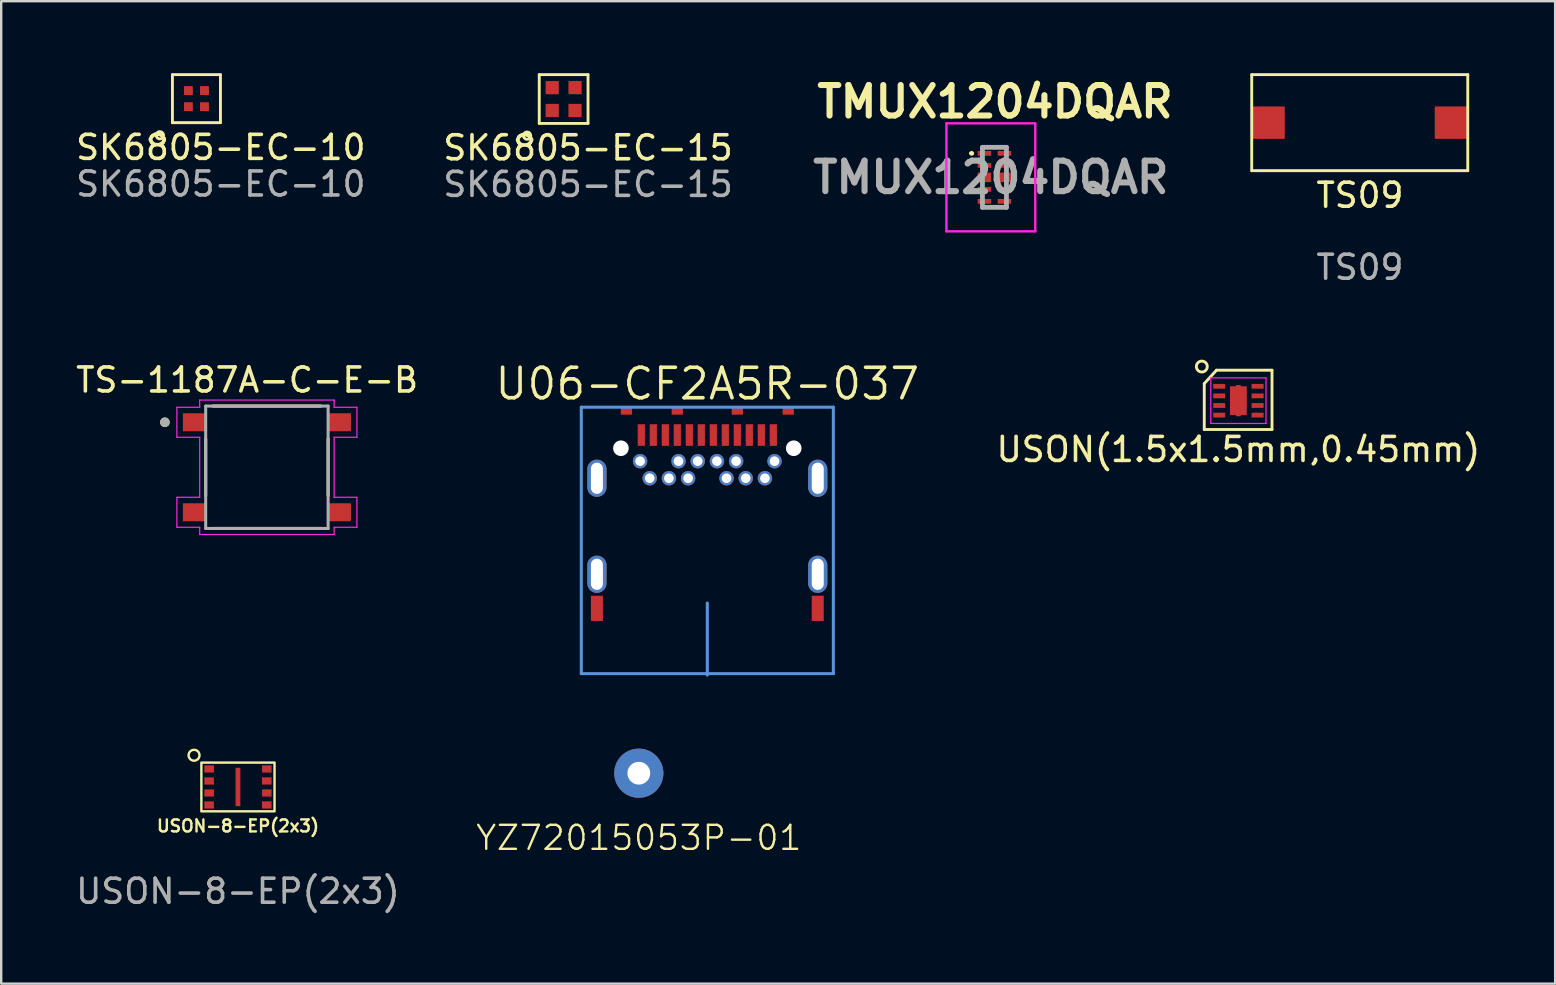
<source format=kicad_pcb>
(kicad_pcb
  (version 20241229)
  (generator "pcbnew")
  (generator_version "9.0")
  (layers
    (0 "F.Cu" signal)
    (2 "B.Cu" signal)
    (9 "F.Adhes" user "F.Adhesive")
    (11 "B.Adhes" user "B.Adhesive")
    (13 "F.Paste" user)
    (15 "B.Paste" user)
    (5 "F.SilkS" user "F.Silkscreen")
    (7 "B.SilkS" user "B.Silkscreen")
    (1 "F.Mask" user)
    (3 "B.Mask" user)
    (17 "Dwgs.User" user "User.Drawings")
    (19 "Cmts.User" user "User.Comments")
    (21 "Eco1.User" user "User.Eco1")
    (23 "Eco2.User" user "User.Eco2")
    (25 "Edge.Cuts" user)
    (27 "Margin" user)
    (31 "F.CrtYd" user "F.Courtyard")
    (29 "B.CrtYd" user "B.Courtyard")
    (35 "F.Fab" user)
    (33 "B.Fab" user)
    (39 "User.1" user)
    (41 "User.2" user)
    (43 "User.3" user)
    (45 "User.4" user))
  (footprint "TMUX1204DQAR"
    (layer "F.Cu")
    (at 38.377 4.338)
    (property "Reference" "TMUX1204DQAR" (at 0.025 -3.15 0) (layer "F.SilkS") (effects (font (size 1.27 1.27) (thickness 0.254))))
    (attr smd)
    (fp_line (start -1 -1) (end -1 -1) (stroke (width 0.1) (type solid)) (layer "F.SilkS"))
    (fp_line (start -0.9 -1) (end -0.9 -1) (stroke (width 0.1) (type solid)) (layer "F.SilkS"))
    (fp_arc (start -1 -1) (mid -0.95 -1.05) (end -0.9 -1) (stroke (width 0.1) (type solid)) (layer "F.SilkS"))
    (fp_arc (start -0.9 -1) (mid -0.95 -0.95) (end -1 -1) (stroke (width 0.1) (type solid)) (layer "F.SilkS"))
    (fp_line (start -2 -2.25) (end 1.7 -2.25) (stroke (width 0.1) (type solid)) (layer "F.CrtYd"))
    (fp_line (start -2 2.25) (end -2 -2.25) (stroke (width 0.1) (type solid)) (layer "F.CrtYd"))
    (fp_line (start 1.7 -2.25) (end 1.7 2.25) (stroke (width 0.1) (type solid)) (layer "F.CrtYd"))
    (fp_line (start 1.7 2.25) (end -2 2.25) (stroke (width 0.1) (type solid)) (layer "F.CrtYd"))
    (fp_line (start -0.5 -1.25) (end 0.5 -1.25) (stroke (width 0.2) (type solid)) (layer "F.Fab"))
    (fp_line (start -0.5 1.25) (end -0.5 -1.25) (stroke (width 0.2) (type solid)) (layer "F.Fab"))
    (fp_line (start 0.5 -1.25) (end 0.5 1.25) (stroke (width 0.2) (type solid)) (layer "F.Fab"))
    (fp_line (start 0.5 1.25) (end -0.5 1.25) (stroke (width 0.2) (type solid)) (layer "F.Fab"))
    (fp_text user "${REFERENCE}" (at -0.15 0 0) (layer "F.Fab") (effects (font (size 1.27 1.27) (thickness 0.254))))
    (pad "1" smd rect (at -0.417 -1 90) (size 0.2 0.565) (layers "F.Cu" "F.Mask" "F.Paste"))
    (pad "2" smd rect (at -0.417 -0.5 90) (size 0.2 0.565) (layers "F.Cu" "F.Mask" "F.Paste"))
    (pad "3" smd rect (at -0.417 0 90) (size 0.4 0.565) (layers "F.Cu" "F.Mask" "F.Paste"))
    (pad "4" smd rect (at -0.417 0.5 90) (size 0.2 0.565) (layers "F.Cu" "F.Mask" "F.Paste"))
    (pad "5" smd rect (at -0.417 1 90) (size 0.2 0.565) (layers "F.Cu" "F.Mask" "F.Paste"))
    (pad "6" smd rect (at 0.417 1 90) (size 0.2 0.565) (layers "F.Cu" "F.Mask" "F.Paste"))
    (pad "7" smd rect (at 0.417 0.5 90) (size 0.2 0.565) (layers "F.Cu" "F.Mask" "F.Paste"))
    (pad "8" smd rect (at 0.417 0 90) (size 0.4 0.565) (layers "F.Cu" "F.Mask" "F.Paste"))
    (pad "9" smd rect (at 0.417 -0.5 90) (size 0.2 0.565) (layers "F.Cu" "F.Mask" "F.Paste"))
    (pad "10" smd rect (at 0.417 -1 90) (size 0.2 0.565) (layers "F.Cu" "F.Mask" "F.Paste")))
  (footprint "TS-1187A-C-E-B"
    (layer "F.Cu")
    (at 8.069 16.416)
    (property "Reference" "TS-1187A-C-E-B" (at -0.825 -3.635 0) (layer "F.SilkS") (effects (font (size 1 1) (thickness 0.15))))
    (attr smd)
    (fp_line (start -2.55 -1.18) (end -2.55 1.18) (stroke (width 0.127) (type solid)) (layer "F.SilkS"))
    (fp_line (start 2.25 -2.55) (end -2.25 -2.55) (stroke (width 0.127) (type solid)) (layer "F.SilkS"))
    (fp_line (start 2.25 2.55) (end -2.25 2.55) (stroke (width 0.127) (type solid)) (layer "F.SilkS"))
    (fp_line (start 2.55 1.18) (end 2.55 -1.18) (stroke (width 0.127) (type solid)) (layer "F.SilkS"))
    (fp_circle (center -4.25 -1.875) (end -4.15 -1.875) (stroke (width 0.2) (type solid)) (fill no) (layer "F.SilkS"))
    (fp_line (start -3.75 -2.5) (end -3.75 -1.25) (stroke (width 0.05) (type solid)) (layer "F.CrtYd"))
    (fp_line (start -3.75 -2.5) (end -2.8 -2.5) (stroke (width 0.05) (type solid)) (layer "F.CrtYd"))
    (fp_line (start -3.75 -1.25) (end -2.8 -1.25) (stroke (width 0.05) (type solid)) (layer "F.CrtYd"))
    (fp_line (start -3.75 1.25) (end -2.8 1.25) (stroke (width 0.05) (type solid)) (layer "F.CrtYd"))
    (fp_line (start -3.75 2.5) (end -3.75 1.25) (stroke (width 0.05) (type solid)) (layer "F.CrtYd"))
    (fp_line (start -3.75 2.5) (end -2.8 2.5) (stroke (width 0.05) (type solid)) (layer "F.CrtYd"))
    (fp_line (start -2.8 -2.8) (end -2.8 -2.5) (stroke (width 0.05) (type solid)) (layer "F.CrtYd"))
    (fp_line (start -2.8 -1.25) (end -2.8 1.25) (stroke (width 0.05) (type solid)) (layer "F.CrtYd"))
    (fp_line (start -2.8 2.8) (end -2.8 2.5) (stroke (width 0.05) (type solid)) (layer "F.CrtYd"))
    (fp_line (start -2.8 2.8) (end 2.8 2.8) (stroke (width 0.05) (type solid)) (layer "F.CrtYd"))
    (fp_line (start 2.8 -2.8) (end -2.8 -2.8) (stroke (width 0.05) (type solid)) (layer "F.CrtYd"))
    (fp_line (start 2.8 -2.8) (end 2.8 -2.5) (stroke (width 0.05) (type solid)) (layer "F.CrtYd"))
    (fp_line (start 2.8 -1.25) (end 2.8 1.25) (stroke (width 0.05) (type solid)) (layer "F.CrtYd"))
    (fp_line (start 2.8 2.8) (end 2.8 2.5) (stroke (width 0.05) (type solid)) (layer "F.CrtYd"))
    (fp_line (start 3.75 -2.5) (end 2.8 -2.5) (stroke (width 0.05) (type solid)) (layer "F.CrtYd"))
    (fp_line (start 3.75 -2.5) (end 3.75 -1.25) (stroke (width 0.05) (type solid)) (layer "F.CrtYd"))
    (fp_line (start 3.75 -1.25) (end 2.8 -1.25) (stroke (width 0.05) (type solid)) (layer "F.CrtYd"))
    (fp_line (start 3.75 1.25) (end 2.8 1.25) (stroke (width 0.05) (type solid)) (layer "F.CrtYd"))
    (fp_line (start 3.75 2.5) (end 2.8 2.5) (stroke (width 0.05) (type solid)) (layer "F.CrtYd"))
    (fp_line (start 3.75 2.5) (end 3.75 1.25) (stroke (width 0.05) (type solid)) (layer "F.CrtYd"))
    (fp_line (start -2.55 -2.55) (end -2.55 2.55) (stroke (width 0.127) (type solid)) (layer "F.Fab"))
    (fp_line (start -2.55 2.55) (end 2.55 2.55) (stroke (width 0.127) (type solid)) (layer "F.Fab"))
    (fp_line (start 2.55 -2.55) (end -2.55 -2.55) (stroke (width 0.127) (type solid)) (layer "F.Fab"))
    (fp_line (start 2.55 2.55) (end 2.55 -2.55) (stroke (width 0.127) (type solid)) (layer "F.Fab"))
    (fp_circle (center -4.25 -1.875) (end -4.15 -1.875) (stroke (width 0.2) (type solid)) (fill no) (layer "F.Fab"))
    (pad "A" smd rect (at -3 -1.875) (size 1 0.75) (layers "F.Cu" "F.Mask" "F.Paste"))
    (pad "B" smd rect (at 3 -1.875) (size 1 0.75) (layers "F.Cu" "F.Mask" "F.Paste"))
    (pad "C" smd rect (at -3 1.875) (size 1 0.75) (layers "F.Cu" "F.Mask" "F.Paste"))
    (pad "D" smd rect (at 3 1.875) (size 1 0.75) (layers "F.Cu" "F.Mask" "F.Paste")))
  (footprint "YZ72015053P-01"
    (layer "F.Cu")
    (at 23.562 29.161)
    (property "Reference" "YZ72015053P-01" (at 0 2.692 0) (unlocked yes) (layer "F.SilkS") (effects (font (size 1 1) (thickness 0.1))))
    (attr smd)
    (pad "1" thru_hole circle (at 0 0) (size 2.05 2.05) (drill 0.95) (layers "*.Cu" "*.Mask" "F.Paste")))
  (footprint "USON-8-EP(2x3)"
    (layer "F.Cu")
    (at 6.863 29.734)
    (property "Reference" "USON-8-EP(2x3)" (at 0 1.626 0) (unlocked yes) (layer "F.SilkS") (effects (font (size 0.5 0.5) (thickness 0.1))))
    (attr smd)
    (fp_rect (start -1.524 -1.016) (end 1.524 1.016) (stroke (width 0.1) (type default)) (fill no) (layer "F.SilkS"))
    (fp_circle (center -1.829 -1.321) (end -1.727 -1.118) (stroke (width 0.1) (type default)) (fill no) (layer "F.SilkS"))
    (fp_text user "${REFERENCE}" (at 0 4.345 0) (unlocked yes) (layer "F.Fab") (effects (font (size 1 1) (thickness 0.15))))
    (pad "1" smd rect (at -1.2 -0.75) (size 0.4 0.3) (layers "F.Cu" "F.Mask" "F.Paste"))
    (pad "2" smd rect (at -1.2 -0.25) (size 0.4 0.3) (layers "F.Cu" "F.Mask" "F.Paste"))
    (pad "3" smd rect (at -1.2 0.25) (size 0.4 0.3) (layers "F.Cu" "F.Mask" "F.Paste"))
    (pad "4" smd rect (at -1.2 0.75) (size 0.4 0.3) (layers "F.Cu" "F.Mask" "F.Paste"))
    (pad "5" smd rect (at 1.2 0.75) (size 0.4 0.3) (layers "F.Cu" "F.Mask" "F.Paste"))
    (pad "6" smd rect (at 1.2 0.25) (size 0.4 0.3) (layers "F.Cu" "F.Mask" "F.Paste"))
    (pad "7" smd rect (at 1.2 -0.25) (size 0.4 0.3) (layers "F.Cu" "F.Mask" "F.Paste"))
    (pad "8" smd rect (at 1.2 -0.75) (size 0.4 0.3) (layers "F.Cu" "F.Mask" "F.Paste"))
    (pad "9" smd rect (at 0 0) (size 0.2 1.6) (property pad_prop_heatsink) (layers "F.Cu" "F.Mask" "F.Paste")))
  (footprint "SK6805-EC-15"
    (layer "F.Cu")
    (at 20.43 1.076)
    (property "Reference" "SK6805-EC-15" (at 1.016 2.032 0) (unlocked yes) (layer "F.SilkS") (effects (font (size 1 1) (thickness 0.15))))
    (attr smd)
    (fp_line (start -1.016 -1.016) (end 1.016 -1.016) (stroke (width 0.12) (type solid)) (layer "F.SilkS"))
    (fp_line (start -1.016 1.016) (end -1.016 -1.016) (stroke (width 0.12) (type solid)) (layer "F.SilkS"))
    (fp_line (start 1.016 -1.016) (end 1.016 1.016) (stroke (width 0.12) (type solid)) (layer "F.SilkS"))
    (fp_line (start 1.016 1.016) (end -1.016 1.016) (stroke (width 0.12) (type solid)) (layer "F.SilkS"))
    (fp_circle (center -1.524 1.524) (end -1.426 1.64) (stroke (width 0.12) (type solid)) (fill no) (layer "F.SilkS"))
    (fp_text user "${REFERENCE}" (at 1.016 3.556 0) (unlocked yes) (layer "F.Fab") (effects (font (size 1 1) (thickness 0.15))))
    (pad "1" smd rect (at -0.475 0.475) (size 0.55 0.55) (layers "F.Cu" "F.Mask" "F.Paste"))
    (pad "2" smd rect (at 0.475 0.475) (size 0.55 0.55) (layers "F.Cu" "F.Mask" "F.Paste"))
    (pad "3" smd rect (at 0.475 -0.475) (size 0.55 0.55) (layers "F.Cu" "F.Mask" "F.Paste"))
    (pad "4" smd rect (at -0.475 -0.475) (size 0.55 0.55) (layers "F.Cu" "F.Mask" "F.Paste")))
  (footprint "TS09"
    (layer "F.Cu")
    (at 53.595 2.06)
    (property "Reference" "TS09" (at 0.008 3.025 0) (unlocked yes) (layer "F.SilkS") (effects (font (size 1 1) (thickness 0.15))))
    (attr smd)
    (fp_line (start -4.5 -2) (end -4.5 2) (stroke (width 0.12) (type solid)) (layer "F.SilkS"))
    (fp_line (start -4.5 -2) (end 4.5 -2) (stroke (width 0.12) (type solid)) (layer "F.SilkS"))
    (fp_line (start -4.5 2) (end 4.5 2) (stroke (width 0.12) (type solid)) (layer "F.SilkS"))
    (fp_line (start 4.5 -2) (end 4.5 2) (stroke (width 0.12) (type solid)) (layer "F.SilkS"))
    (fp_text user "${REFERENCE}" (at 0.008 6.025 0) (unlocked yes) (layer "F.Fab") (effects (font (size 1 1) (thickness 0.15))))
    (pad "1" smd rect (at -3.8 0) (size 1.35 1.35) (layers "F.Cu" "F.Mask" "F.Paste"))
    (pad "2" smd rect (at 3.8 0) (size 1.35 1.35) (layers "F.Cu" "F.Mask" "F.Paste")))
  (footprint "SK6805-EC-10"
    (layer "F.Cu")
    (at 5.133 1.06)
    (property "Reference" "SK6805-EC-10" (at 1.016 2.032 0) (unlocked yes) (layer "F.SilkS") (effects (font (size 1 1) (thickness 0.15))))
    (attr smd)
    (fp_line (start -1 -1) (end 1 -1) (stroke (width 0.12) (type solid)) (layer "F.SilkS"))
    (fp_line (start -1 1) (end -1 -1) (stroke (width 0.12) (type solid)) (layer "F.SilkS"))
    (fp_line (start 1 -1) (end 1 1) (stroke (width 0.12) (type solid)) (layer "F.SilkS"))
    (fp_line (start 1 1) (end -1 1) (stroke (width 0.12) (type solid)) (layer "F.SilkS"))
    (fp_circle (center -1.524 1.524) (end -1.426 1.64) (stroke (width 0.12) (type solid)) (fill no) (layer "F.SilkS"))
    (fp_text user "${REFERENCE}" (at 1.016 3.556 0) (unlocked yes) (layer "F.Fab") (effects (font (size 1 1) (thickness 0.15))))
    (pad "1" smd rect (at -0.335 0.335) (size 0.37 0.37) (layers "F.Cu" "F.Mask" "F.Paste"))
    (pad "2" smd rect (at 0.335 0.335) (size 0.37 0.37) (layers "F.Cu" "F.Mask" "F.Paste"))
    (pad "3" smd rect (at 0.335 -0.335) (size 0.37 0.37) (layers "F.Cu" "F.Mask" "F.Paste"))
    (pad "4" smd rect (at -0.335 -0.335) (size 0.37 0.37) (layers "F.Cu" "F.Mask" "F.Paste")))
  (footprint "U06-CF2A5R-037"
    (layer "F.Cu")
    (at 26.416 15.073)
    (property "Reference" "U06-CF2A5R-037" (at 0 -2.134 180) (layer "F.SilkS") (effects (font (size 1.27 1.27) (thickness 0.15))))
    (fp_line (start -5.25 -1.16) (end -5.25 9.94) (stroke (width 0.127) (type solid)) (layer "Cmts.User"))
    (fp_line (start -5.25 -1.16) (end 5.25 -1.16) (stroke (width 0.127) (type solid)) (layer "Cmts.User"))
    (fp_line (start -5.25 9.94) (end 5.25 9.94) (stroke (width 0.127) (type solid)) (layer "Cmts.User"))
    (fp_line (start 0 7) (end 0 10) (stroke (width 0.127) (type solid)) (layer "Cmts.User"))
    (fp_line (start 5.25 -1.16) (end 5.25 9.94) (stroke (width 0.127) (type solid)) (layer "Cmts.User"))
    (pad "" np_thru_hole circle (at -3.6 0.55) (size 0.65 0.65) (drill 0.65) (layers "*.Cu" "*.Mask"))
    (pad "" np_thru_hole circle (at 3.6 0.55) (size 0.65 0.65) (drill 0.65) (layers "*.Cu" "*.Mask"))
    (pad "A1" smd rect (at -2.75 0) (size 0.3 0.9) (layers "F.Cu" "F.Mask" "F.Paste"))
    (pad "A2" smd rect (at -2.25 0) (size 0.3 0.9) (layers "F.Cu" "F.Mask" "F.Paste"))
    (pad "A3" smd rect (at -1.75 0) (size 0.3 0.9) (layers "F.Cu" "F.Mask" "F.Paste"))
    (pad "A4" smd rect (at -1.25 0) (size 0.3 0.9) (layers "F.Cu" "F.Mask" "F.Paste"))
    (pad "A5" smd rect (at -0.75 0) (size 0.3 0.9) (layers "F.Cu" "F.Mask" "F.Paste"))
    (pad "A6" smd rect (at -0.25 0) (size 0.3 0.9) (layers "F.Cu" "F.Mask" "F.Paste"))
    (pad "A7" smd rect (at 0.25 0) (size 0.3 0.9) (layers "F.Cu" "F.Mask" "F.Paste"))
    (pad "A8" smd rect (at 0.75 0) (size 0.3 0.9) (layers "F.Cu" "F.Mask" "F.Paste"))
    (pad "A9" smd rect (at 1.25 0) (size 0.3 0.9) (layers "F.Cu" "F.Mask" "F.Paste"))
    (pad "A10" smd rect (at 1.75 0) (size 0.3 0.9) (layers "F.Cu" "F.Mask" "F.Paste"))
    (pad "A11" smd rect (at 2.25 0) (size 0.3 0.9) (layers "F.Cu" "F.Mask" "F.Paste"))
    (pad "A12" smd rect (at 2.75 0) (size 0.3 0.9) (layers "F.Cu" "F.Mask" "F.Paste"))
    (pad "B1" thru_hole circle (at 2.8 1.09) (size 0.6 0.6) (drill 0.4) (layers "*.Cu" "*.Mask"))
    (pad "B2" thru_hole circle (at 2.4 1.8) (size 0.6 0.6) (drill 0.4) (layers "*.Cu" "*.Mask"))
    (pad "B3" thru_hole circle (at 1.6 1.8) (size 0.6 0.6) (drill 0.4) (layers "*.Cu" "*.Mask"))
    (pad "B4" thru_hole circle (at 1.2 1.09) (size 0.6 0.6) (drill 0.4) (layers "*.Cu" "*.Mask"))
    (pad "B5" thru_hole circle (at 0.8 1.8) (size 0.6 0.6) (drill 0.4) (layers "*.Cu" "*.Mask"))
    (pad "B6" thru_hole circle (at 0.4 1.09) (size 0.6 0.6) (drill 0.4) (layers "*.Cu" "*.Mask"))
    (pad "B7" thru_hole circle (at -0.4 1.09) (size 0.6 0.6) (drill 0.4) (layers "*.Cu" "*.Mask"))
    (pad "B8" thru_hole circle (at -0.8 1.8) (size 0.6 0.6) (drill 0.4) (layers "*.Cu" "*.Mask"))
    (pad "B9" thru_hole circle (at -1.2 1.09) (size 0.6 0.6) (drill 0.4) (layers "*.Cu" "*.Mask"))
    (pad "B10" thru_hole circle (at -1.6 1.8) (size 0.6 0.6) (drill 0.4) (layers "*.Cu" "*.Mask"))
    (pad "B11" thru_hole circle (at -2.4 1.8) (size 0.6 0.6) (drill 0.4) (layers "*.Cu" "*.Mask"))
    (pad "B12" thru_hole circle (at -2.8 1.09) (size 0.6 0.6) (drill 0.4) (layers "*.Cu" "*.Mask"))
    (pad "S1" thru_hole oval (at -4.6 1.8) (size 0.8 1.55) (drill oval 0.5 1.3) (layers "*.Cu" "*.Mask"))
    (pad "S1" thru_hole oval (at -4.6 5.8) (size 0.8 1.55) (drill oval 0.5 1.3) (layers "*.Cu" "*.Mask"))
    (pad "S1" smd rect (at -4.6 7.22) (size 0.5 1.05) (layers "F.Cu" "F.Mask" "F.Paste"))
    (pad "S1" smd rect (at -3.37 -1) (size 0.47 0.3) (layers "F.Cu" "F.Mask" "F.Paste"))
    (pad "S1" smd rect (at -1.25 -1) (size 0.47 0.3) (layers "F.Cu" "F.Mask" "F.Paste"))
    (pad "S1" smd rect (at 1.25 -1) (size 0.47 0.3) (layers "F.Cu" "F.Mask" "F.Paste"))
    (pad "S1" smd rect (at 3.37 -1) (size 0.47 0.3) (layers "F.Cu" "F.Mask" "F.Paste"))
    (pad "S1" thru_hole oval (at 4.6 1.8) (size 0.8 1.55) (drill oval 0.5 1.3) (layers "*.Cu" "*.Mask"))
    (pad "S1" thru_hole oval (at 4.6 5.8) (size 0.8 1.55) (drill oval 0.5 1.3) (layers "*.Cu" "*.Mask"))
    (pad "S1" smd rect (at 4.6 7.22) (size 0.5 1.05) (layers "F.Cu" "F.Mask" "F.Paste")))
  (footprint "USON(1.5x1.5mm,0.45mm)"
    (layer "F.Cu")
    (at 48.54 13.642)
    (property "Reference" "USON(1.5x1.5mm,0.45mm)" (at 0 2.032 180) (layer "F.SilkS") (effects (font (size 1 1) (thickness 0.15))))
    (attr smd)
    (fp_line (start -1.422 -0.711) (end -0.914 -1.27) (stroke (width 0.12) (type default)) (layer "F.SilkS"))
    (fp_line (start -1.422 1.2) (end -1.422 -0.711) (stroke (width 0.12) (type default)) (layer "F.SilkS"))
    (fp_line (start -0.914 -1.27) (end 1.4 -1.27) (stroke (width 0.12) (type default)) (layer "F.SilkS"))
    (fp_line (start 1.4 -1.27) (end 1.4 1.2) (stroke (width 0.12) (type default)) (layer "F.SilkS"))
    (fp_line (start 1.4 1.2) (end -1.422 1.2) (stroke (width 0.12) (type default)) (layer "F.SilkS"))
    (fp_circle (center -1.524 -1.422) (end -1.297 -1.422) (stroke (width 0.12) (type default)) (fill no) (layer "F.SilkS"))
    (fp_line (start -1.15 -0.95) (end 1.15 -0.95) (stroke (width 0.05) (type default)) (layer "F.CrtYd"))
    (fp_line (start -1.15 0.95) (end -1.15 -0.95) (stroke (width 0.05) (type default)) (layer "F.CrtYd"))
    (fp_line (start 1.15 -0.95) (end 1.15 0.95) (stroke (width 0.05) (type default)) (layer "F.CrtYd"))
    (fp_line (start 1.15 0.95) (end -1.15 0.95) (stroke (width 0.05) (type default)) (layer "F.CrtYd"))
    (pad "1" smd rect (at -0.8 -0.6 270) (size 0.2 0.5) (layers "F.Cu" "F.Mask" "F.Paste"))
    (pad "2" smd rect (at -0.8 -0.2 270) (size 0.2 0.5) (layers "F.Cu" "F.Mask" "F.Paste"))
    (pad "3" smd rect (at -0.8 0.2 270) (size 0.2 0.5) (layers "F.Cu" "F.Mask" "F.Paste"))
    (pad "4" smd rect (at -0.8 0.6 270) (size 0.2 0.5) (layers "F.Cu" "F.Mask" "F.Paste"))
    (pad "5" smd rect (at 0.8 0.6 270) (size 0.2 0.5) (layers "F.Cu" "F.Mask" "F.Paste"))
    (pad "6" smd rect (at 0.8 0.2 270) (size 0.2 0.5) (layers "F.Cu" "F.Mask" "F.Paste"))
    (pad "7" smd rect (at 0.8 -0.2 270) (size 0.2 0.5) (layers "F.Cu" "F.Mask" "F.Paste"))
    (pad "8" smd rect (at 0.8 -0.6 270) (size 0.2 0.5) (layers "F.Cu" "F.Mask" "F.Paste"))
    (pad "9" smd rect (at 0 0 270) (size 1.2 0.7) (property pad_prop_heatsink) (layers "F.Cu" "F.Mask" "F.Paste"))
    (pad "10" smd rect (at 0 0 270) (size 1.3 0.2) (property pad_prop_heatsink) (layers "F.Cu" "F.Mask")))
  (gr_rect
    (start -3 -3)
    (end 61.736 37.927)
    (stroke (width 0.1) (type default))
    (fill no)
    (layer "Edge.Cuts")))
</source>
